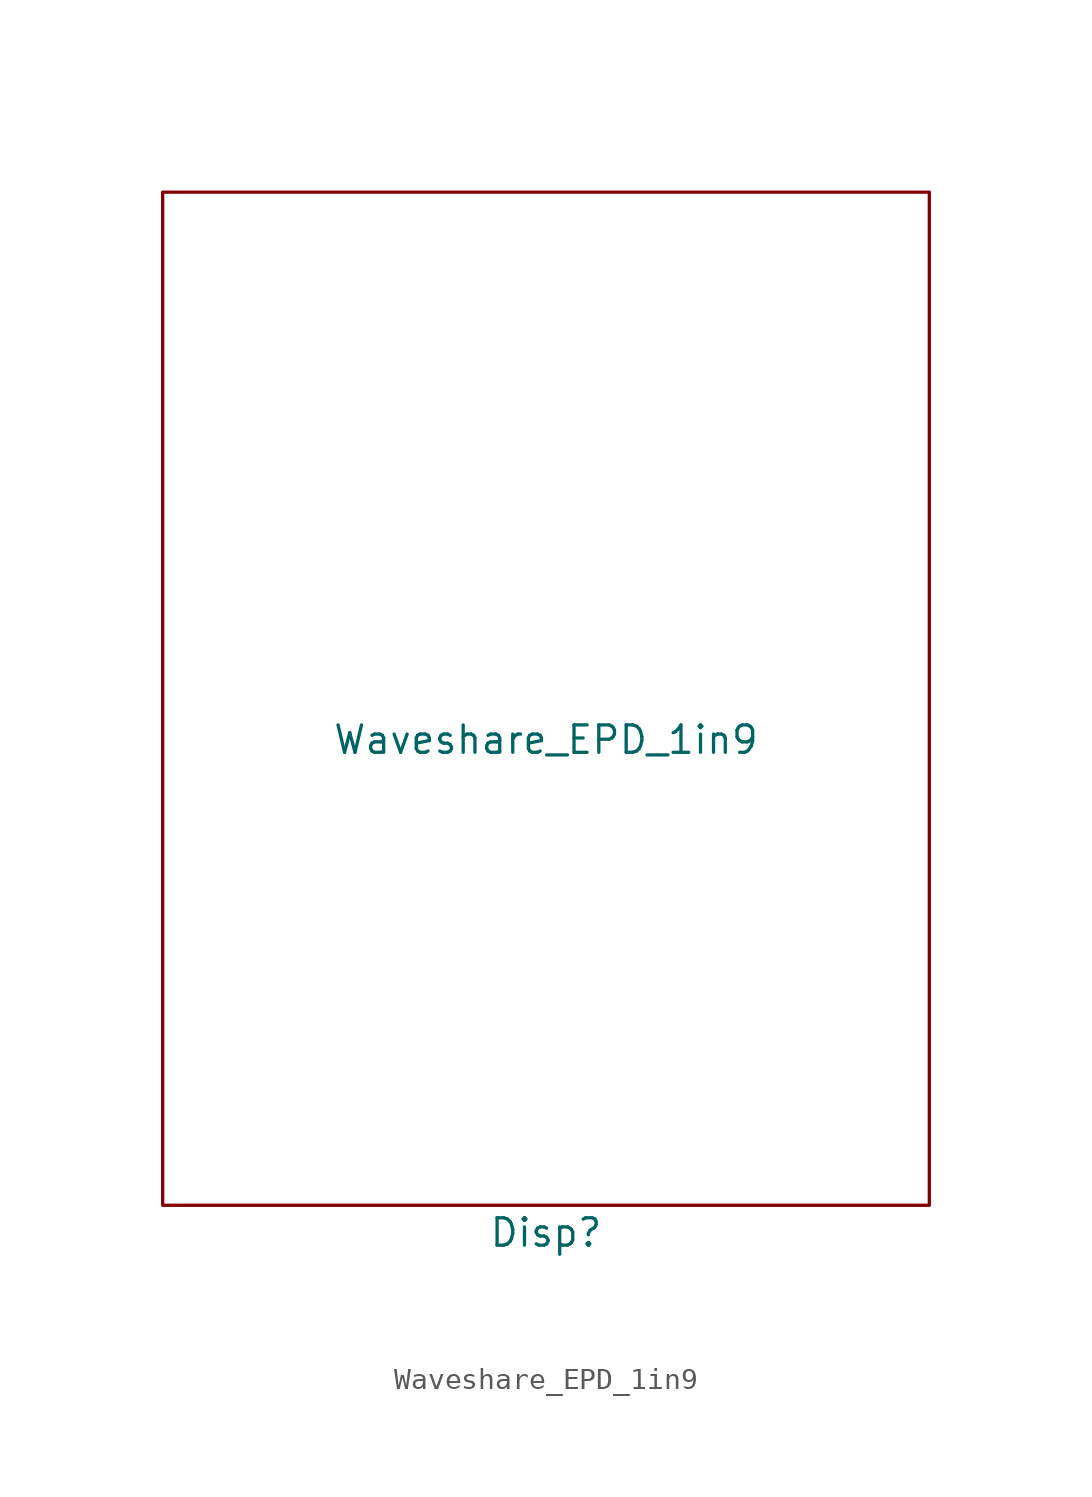
<source format=kicad_sym>
(kicad_symbol_lib
  (version 20211014)
  (generator kicad_symbol_editor)
  (symbol "Waveshare_EPD_1in9"
    (property "Reference" "Disp"
      (at 17.78 -1.27 0)
      (effects (font (size 1.27 1.27))))
    (property "Value" "Waveshare_EPD_1in9"
      (at 17.78 21.59 0)
      (effects (font (size 1.27 1.27))))
    (symbol "Waveshare_EPD_1in9_0_1"
      (rectangle (start 0 0) (end 35.56 46.99) (stroke (width 0) (type default) (color 0 0 0 0)) (fill (type none))))))
</source>
